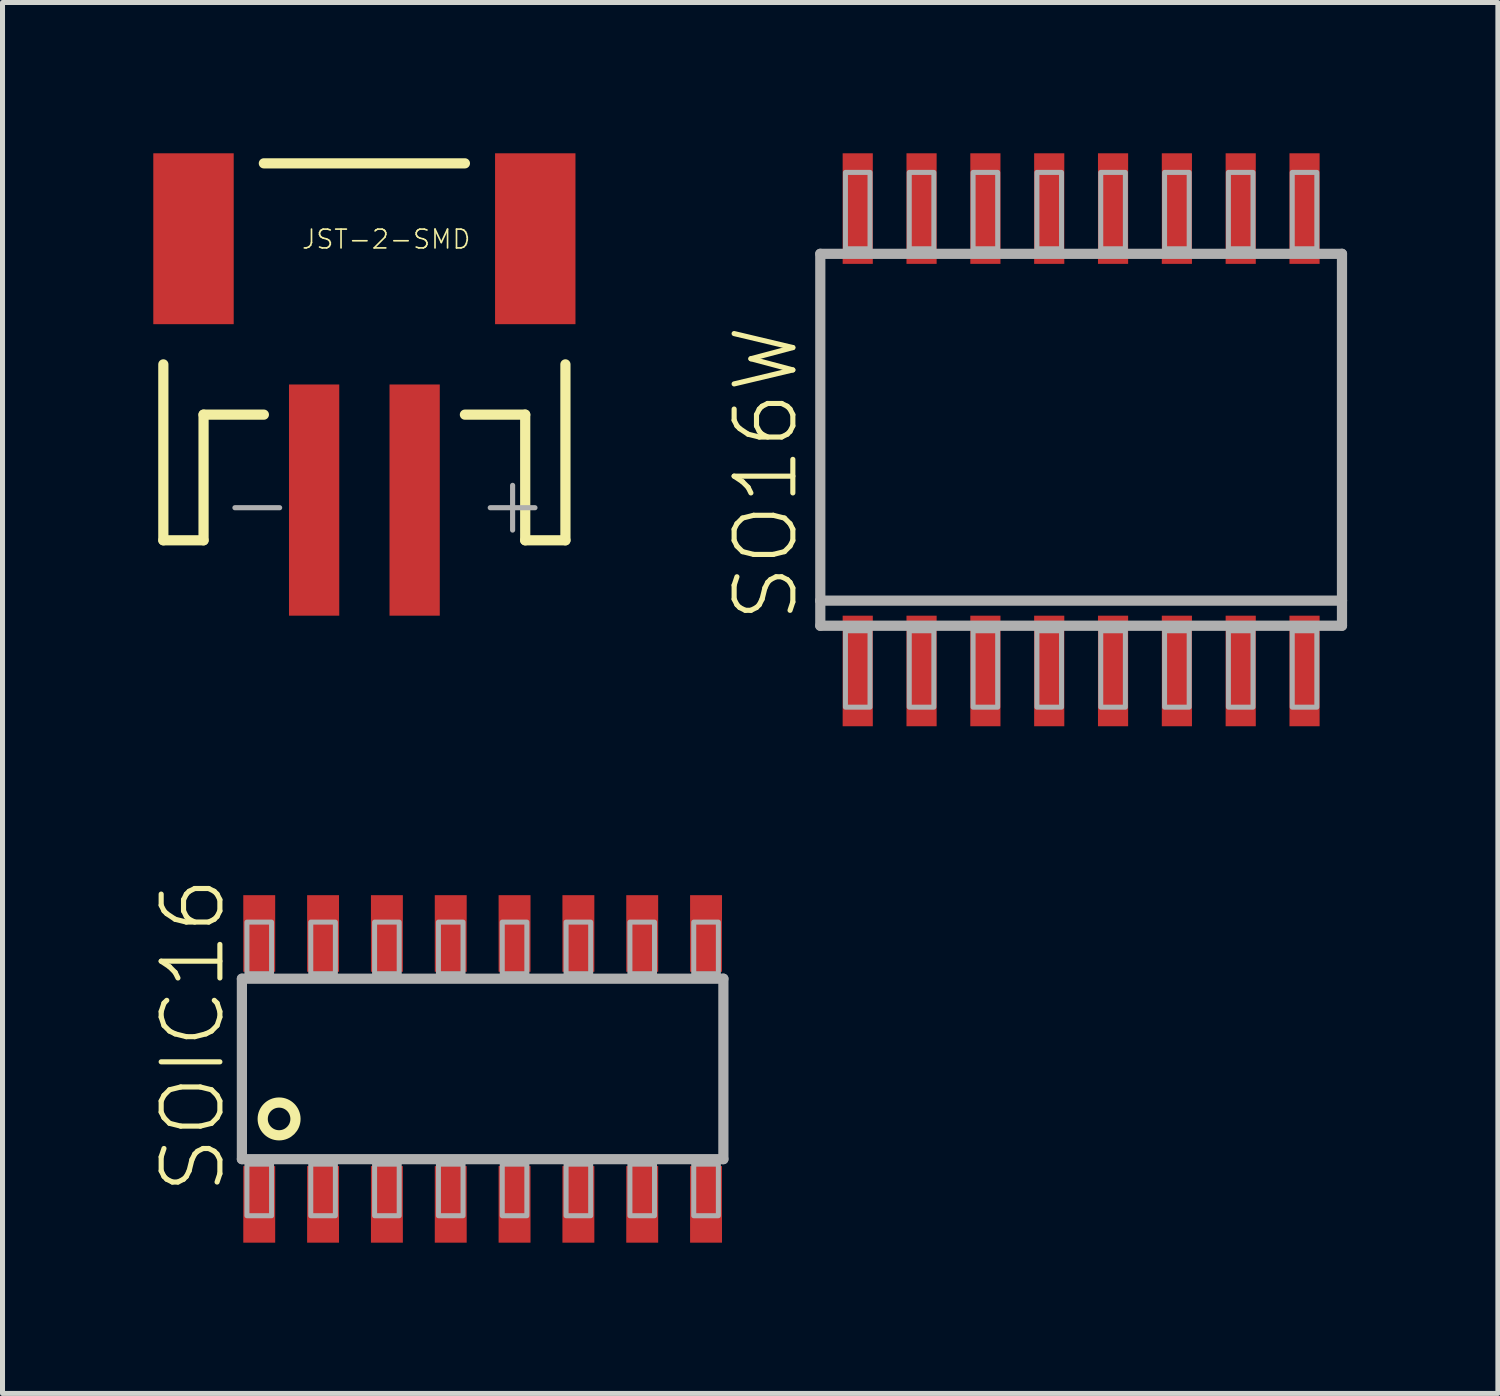
<source format=kicad_pcb>
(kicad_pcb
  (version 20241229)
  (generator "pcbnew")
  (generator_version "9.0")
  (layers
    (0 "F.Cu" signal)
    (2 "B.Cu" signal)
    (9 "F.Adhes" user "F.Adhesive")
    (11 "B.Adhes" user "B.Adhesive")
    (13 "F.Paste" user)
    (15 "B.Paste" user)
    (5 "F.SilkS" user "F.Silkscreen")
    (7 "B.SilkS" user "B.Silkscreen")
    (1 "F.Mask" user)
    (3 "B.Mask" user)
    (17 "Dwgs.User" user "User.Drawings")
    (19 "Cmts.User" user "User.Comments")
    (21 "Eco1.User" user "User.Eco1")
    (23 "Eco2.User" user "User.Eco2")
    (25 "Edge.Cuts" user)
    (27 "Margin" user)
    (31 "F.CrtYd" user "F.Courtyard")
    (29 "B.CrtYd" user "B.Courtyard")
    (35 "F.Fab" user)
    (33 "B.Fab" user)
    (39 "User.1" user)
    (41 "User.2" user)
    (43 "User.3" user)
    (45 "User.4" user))
  (footprint "SOIC16"
    (layer "F.Cu")
    (at 6.553 18.218)
    (property "Reference" "SOIC16" (at -5.08 2.54 90) (unlocked yes) (layer "F.SilkS") (effects (font (size 1.168 1.168) (thickness 0.102)) (justify left bottom)))
    (fp_circle (center -4.05 0.995) (end -3.724 0.995) (stroke (width 0.203) (type solid)) (fill no) (layer "F.SilkS"))
    (fp_line (start -4.79 -1.795) (end 4.79 -1.795) (stroke (width 0.203) (type solid)) (layer "F.Fab"))
    (fp_line (start -4.79 1.795) (end -4.79 -1.795) (stroke (width 0.203) (type solid)) (layer "F.Fab"))
    (fp_line (start 4.79 -1.795) (end 4.79 1.795) (stroke (width 0.203) (type solid)) (layer "F.Fab"))
    (fp_line (start 4.79 1.795) (end -4.79 1.795) (stroke (width 0.203) (type solid)) (layer "F.Fab"))
    (fp_poly (pts (xy -4.69 -1.895) (xy -4.2 -1.895) (xy -4.2 -2.921) (xy -4.69 -2.921)) (stroke (width 0.1) (type default)) (fill no) (layer "F.Fab"))
    (fp_poly (pts (xy -4.69 2.921) (xy -4.2 2.921) (xy -4.2 1.895) (xy -4.69 1.895)) (stroke (width 0.1) (type default)) (fill no) (layer "F.Fab"))
    (fp_poly (pts (xy -3.42 -1.895) (xy -2.93 -1.895) (xy -2.93 -2.921) (xy -3.42 -2.921)) (stroke (width 0.1) (type default)) (fill no) (layer "F.Fab"))
    (fp_poly (pts (xy -3.42 2.921) (xy -2.93 2.921) (xy -2.93 1.895) (xy -3.42 1.895)) (stroke (width 0.1) (type default)) (fill no) (layer "F.Fab"))
    (fp_poly (pts (xy -2.15 -1.895) (xy -1.66 -1.895) (xy -1.66 -2.921) (xy -2.15 -2.921)) (stroke (width 0.1) (type default)) (fill no) (layer "F.Fab"))
    (fp_poly (pts (xy -2.15 2.921) (xy -1.66 2.921) (xy -1.66 1.895) (xy -2.15 1.895)) (stroke (width 0.1) (type default)) (fill no) (layer "F.Fab"))
    (fp_poly (pts (xy -0.88 -1.895) (xy -0.39 -1.895) (xy -0.39 -2.921) (xy -0.88 -2.921)) (stroke (width 0.1) (type default)) (fill no) (layer "F.Fab"))
    (fp_poly (pts (xy -0.88 2.921) (xy -0.39 2.921) (xy -0.39 1.895) (xy -0.88 1.895)) (stroke (width 0.1) (type default)) (fill no) (layer "F.Fab"))
    (fp_poly (pts (xy 0.39 -1.895) (xy 0.88 -1.895) (xy 0.88 -2.921) (xy 0.39 -2.921)) (stroke (width 0.1) (type default)) (fill no) (layer "F.Fab"))
    (fp_poly (pts (xy 0.39 2.921) (xy 0.88 2.921) (xy 0.88 1.895) (xy 0.39 1.895)) (stroke (width 0.1) (type default)) (fill no) (layer "F.Fab"))
    (fp_poly (pts (xy 1.66 -1.895) (xy 2.15 -1.895) (xy 2.15 -2.921) (xy 1.66 -2.921)) (stroke (width 0.1) (type default)) (fill no) (layer "F.Fab"))
    (fp_poly (pts (xy 1.66 2.921) (xy 2.15 2.921) (xy 2.15 1.895) (xy 1.66 1.895)) (stroke (width 0.1) (type default)) (fill no) (layer "F.Fab"))
    (fp_poly (pts (xy 2.93 -1.895) (xy 3.42 -1.895) (xy 3.42 -2.921) (xy 2.93 -2.921)) (stroke (width 0.1) (type default)) (fill no) (layer "F.Fab"))
    (fp_poly (pts (xy 2.93 2.921) (xy 3.42 2.921) (xy 3.42 1.895) (xy 2.93 1.895)) (stroke (width 0.1) (type default)) (fill no) (layer "F.Fab"))
    (fp_poly (pts (xy 4.2 -1.895) (xy 4.69 -1.895) (xy 4.69 -2.921) (xy 4.2 -2.921)) (stroke (width 0.1) (type default)) (fill no) (layer "F.Fab"))
    (fp_poly (pts (xy 4.2 2.921) (xy 4.69 2.921) (xy 4.69 1.895) (xy 4.2 1.895)) (stroke (width 0.1) (type default)) (fill no) (layer "F.Fab"))
    (pad "1" smd rect (at -4.445 2.695) (size 0.635 1.524) (layers "F.Cu" "F.Mask" "F.Paste"))
    (pad "2" smd rect (at -3.175 2.695) (size 0.635 1.524) (layers "F.Cu" "F.Mask" "F.Paste"))
    (pad "3" smd rect (at -1.905 2.695) (size 0.635 1.524) (layers "F.Cu" "F.Mask" "F.Paste"))
    (pad "4" smd rect (at -0.635 2.695) (size 0.635 1.524) (layers "F.Cu" "F.Mask" "F.Paste"))
    (pad "5" smd rect (at 0.635 2.695) (size 0.635 1.524) (layers "F.Cu" "F.Mask" "F.Paste"))
    (pad "6" smd rect (at 1.905 2.695) (size 0.635 1.524) (layers "F.Cu" "F.Mask" "F.Paste"))
    (pad "7" smd rect (at 3.175 2.695) (size 0.635 1.524) (layers "F.Cu" "F.Mask" "F.Paste"))
    (pad "8" smd rect (at 4.445 2.695) (size 0.635 1.524) (layers "F.Cu" "F.Mask" "F.Paste"))
    (pad "9" smd rect (at 4.445 -2.695) (size 0.635 1.524) (layers "F.Cu" "F.Mask" "F.Paste"))
    (pad "10" smd rect (at 3.175 -2.695) (size 0.635 1.524) (layers "F.Cu" "F.Mask" "F.Paste"))
    (pad "11" smd rect (at 1.905 -2.695) (size 0.635 1.524) (layers "F.Cu" "F.Mask" "F.Paste"))
    (pad "12" smd rect (at 0.635 -2.695) (size 0.635 1.524) (layers "F.Cu" "F.Mask" "F.Paste"))
    (pad "13" smd rect (at -0.635 -2.695) (size 0.635 1.524) (layers "F.Cu" "F.Mask" "F.Paste"))
    (pad "14" smd rect (at -1.905 -2.695) (size 0.635 1.524) (layers "F.Cu" "F.Mask" "F.Paste"))
    (pad "15" smd rect (at -3.175 -2.695) (size 0.635 1.524) (layers "F.Cu" "F.Mask" "F.Paste"))
    (pad "16" smd rect (at -4.445 -2.695) (size 0.635 1.524) (layers "F.Cu" "F.Mask" "F.Paste")))
  (footprint "JST-2-SMD"
    (layer "F.Cu")
    (at 4.2 3.2)
    (property "Reference" "JST-2-SMD" (at -1.27 -1.27 0) (unlocked yes) (layer "F.SilkS") (effects (font (size 0.374 0.374) (thickness 0.033)) (justify left bottom)))
    (fp_line (start -4 1) (end -4 4.5) (stroke (width 0.203) (type solid)) (layer "F.SilkS"))
    (fp_line (start -4 4.5) (end -3.2 4.5) (stroke (width 0.203) (type solid)) (layer "F.SilkS"))
    (fp_line (start -3.2 2) (end -2 2) (stroke (width 0.203) (type solid)) (layer "F.SilkS"))
    (fp_line (start -3.2 4.5) (end -3.2 2) (stroke (width 0.203) (type solid)) (layer "F.SilkS"))
    (fp_line (start 2 -3) (end -2 -3) (stroke (width 0.203) (type solid)) (layer "F.SilkS"))
    (fp_line (start 2 2) (end 3.2 2) (stroke (width 0.203) (type solid)) (layer "F.SilkS"))
    (fp_line (start 3.2 2) (end 3.2 4.5) (stroke (width 0.203) (type solid)) (layer "F.SilkS"))
    (fp_line (start 3.2 4.5) (end 4 4.5) (stroke (width 0.203) (type solid)) (layer "F.SilkS"))
    (fp_line (start 4 4.5) (end 4 1) (stroke (width 0.203) (type solid)) (layer "F.SilkS"))
    (fp_text user "+" (at 2.159 4.445 0) (unlocked yes) (layer "F.Fab") (effects (font (size 1.168 1.168) (thickness 0.102)) (justify left bottom)))
    (fp_text user "-" (at -2.921 4.445 0) (unlocked yes) (layer "F.Fab") (effects (font (size 1.168 1.168) (thickness 0.102)) (justify left bottom)))
    (pad "1" smd rect (at -1 3.7) (size 1 4.6) (layers "F.Cu" "F.Mask" "F.Paste"))
    (pad "2" smd rect (at 1 3.7) (size 1 4.6) (layers "F.Cu" "F.Mask" "F.Paste"))
    (pad "NC1" smd rect (at -3.4 -1.5 90) (size 3.4 1.6) (layers "F.Cu" "F.Mask" "F.Paste"))
    (pad "NC2" smd rect (at 3.4 -1.5 90) (size 3.4 1.6) (layers "F.Cu" "F.Mask" "F.Paste")))
  (footprint "SO16W"
    (layer "F.Cu")
    (at 18.461 5.7)
    (property "Reference" "SO16W" (at -5.588 3.683 90) (unlocked yes) (layer "F.SilkS") (effects (font (size 1.168 1.168) (thickness 0.102)) (justify left bottom)))
    (fp_line (start -5.19 -3.7) (end 5.19 -3.7) (stroke (width 0.203) (type solid)) (layer "F.Fab"))
    (fp_line (start -5.19 3.2) (end -5.19 -3.7) (stroke (width 0.203) (type solid)) (layer "F.Fab"))
    (fp_line (start -5.19 3.7) (end -5.19 3.2) (stroke (width 0.203) (type solid)) (layer "F.Fab"))
    (fp_line (start 5.19 -3.7) (end 5.19 3.2) (stroke (width 0.203) (type solid)) (layer "F.Fab"))
    (fp_line (start 5.19 3.2) (end -5.19 3.2) (stroke (width 0.203) (type solid)) (layer "F.Fab"))
    (fp_line (start 5.19 3.2) (end 5.19 3.7) (stroke (width 0.203) (type solid)) (layer "F.Fab"))
    (fp_line (start 5.19 3.7) (end -5.19 3.7) (stroke (width 0.203) (type solid)) (layer "F.Fab"))
    (fp_poly (pts (xy -4.69 -3.8) (xy -4.2 -3.8) (xy -4.2 -5.32) (xy -4.69 -5.32)) (stroke (width 0.1) (type default)) (fill no) (layer "F.Fab"))
    (fp_poly (pts (xy -4.69 5.32) (xy -4.2 5.32) (xy -4.2 3.8) (xy -4.69 3.8)) (stroke (width 0.1) (type default)) (fill no) (layer "F.Fab"))
    (fp_poly (pts (xy -3.42 -3.8) (xy -2.93 -3.8) (xy -2.93 -5.32) (xy -3.42 -5.32)) (stroke (width 0.1) (type default)) (fill no) (layer "F.Fab"))
    (fp_poly (pts (xy -3.42 5.32) (xy -2.93 5.32) (xy -2.93 3.8) (xy -3.42 3.8)) (stroke (width 0.1) (type default)) (fill no) (layer "F.Fab"))
    (fp_poly (pts (xy -2.15 -3.8) (xy -1.66 -3.8) (xy -1.66 -5.32) (xy -2.15 -5.32)) (stroke (width 0.1) (type default)) (fill no) (layer "F.Fab"))
    (fp_poly (pts (xy -2.15 5.32) (xy -1.66 5.32) (xy -1.66 3.8) (xy -2.15 3.8)) (stroke (width 0.1) (type default)) (fill no) (layer "F.Fab"))
    (fp_poly (pts (xy -0.88 -3.8) (xy -0.39 -3.8) (xy -0.39 -5.32) (xy -0.88 -5.32)) (stroke (width 0.1) (type default)) (fill no) (layer "F.Fab"))
    (fp_poly (pts (xy -0.88 5.32) (xy -0.39 5.32) (xy -0.39 3.8) (xy -0.88 3.8)) (stroke (width 0.1) (type default)) (fill no) (layer "F.Fab"))
    (fp_poly (pts (xy 0.39 -3.8) (xy 0.88 -3.8) (xy 0.88 -5.32) (xy 0.39 -5.32)) (stroke (width 0.1) (type default)) (fill no) (layer "F.Fab"))
    (fp_poly (pts (xy 0.39 5.32) (xy 0.88 5.32) (xy 0.88 3.8) (xy 0.39 3.8)) (stroke (width 0.1) (type default)) (fill no) (layer "F.Fab"))
    (fp_poly (pts (xy 1.66 -3.8) (xy 2.15 -3.8) (xy 2.15 -5.32) (xy 1.66 -5.32)) (stroke (width 0.1) (type default)) (fill no) (layer "F.Fab"))
    (fp_poly (pts (xy 1.66 5.32) (xy 2.15 5.32) (xy 2.15 3.8) (xy 1.66 3.8)) (stroke (width 0.1) (type default)) (fill no) (layer "F.Fab"))
    (fp_poly (pts (xy 2.93 -3.8) (xy 3.42 -3.8) (xy 3.42 -5.32) (xy 2.93 -5.32)) (stroke (width 0.1) (type default)) (fill no) (layer "F.Fab"))
    (fp_poly (pts (xy 2.93 5.32) (xy 3.42 5.32) (xy 3.42 3.8) (xy 2.93 3.8)) (stroke (width 0.1) (type default)) (fill no) (layer "F.Fab"))
    (fp_poly (pts (xy 4.2 -3.8) (xy 4.69 -3.8) (xy 4.69 -5.32) (xy 4.2 -5.32)) (stroke (width 0.1) (type default)) (fill no) (layer "F.Fab"))
    (fp_poly (pts (xy 4.2 5.32) (xy 4.69 5.32) (xy 4.69 3.8) (xy 4.2 3.8)) (stroke (width 0.1) (type default)) (fill no) (layer "F.Fab"))
    (pad "1" smd rect (at -4.445 4.6) (size 0.6 2.2) (layers "F.Cu" "F.Mask" "F.Paste"))
    (pad "2" smd rect (at -3.175 4.6) (size 0.6 2.2) (layers "F.Cu" "F.Mask" "F.Paste"))
    (pad "3" smd rect (at -1.905 4.6) (size 0.6 2.2) (layers "F.Cu" "F.Mask" "F.Paste"))
    (pad "4" smd rect (at -0.635 4.6) (size 0.6 2.2) (layers "F.Cu" "F.Mask" "F.Paste"))
    (pad "5" smd rect (at 0.635 4.6) (size 0.6 2.2) (layers "F.Cu" "F.Mask" "F.Paste"))
    (pad "6" smd rect (at 1.905 4.6) (size 0.6 2.2) (layers "F.Cu" "F.Mask" "F.Paste"))
    (pad "7" smd rect (at 3.175 4.6) (size 0.6 2.2) (layers "F.Cu" "F.Mask" "F.Paste"))
    (pad "8" smd rect (at 4.445 4.6) (size 0.6 2.2) (layers "F.Cu" "F.Mask" "F.Paste"))
    (pad "9" smd rect (at 4.445 -4.6) (size 0.6 2.2) (layers "F.Cu" "F.Mask" "F.Paste"))
    (pad "10" smd rect (at 3.175 -4.6) (size 0.6 2.2) (layers "F.Cu" "F.Mask" "F.Paste"))
    (pad "11" smd rect (at 1.905 -4.6) (size 0.6 2.2) (layers "F.Cu" "F.Mask" "F.Paste"))
    (pad "12" smd rect (at 0.635 -4.6) (size 0.6 2.2) (layers "F.Cu" "F.Mask" "F.Paste"))
    (pad "13" smd rect (at -0.635 -4.6) (size 0.6 2.2) (layers "F.Cu" "F.Mask" "F.Paste"))
    (pad "14" smd rect (at -1.905 -4.6) (size 0.6 2.2) (layers "F.Cu" "F.Mask" "F.Paste"))
    (pad "15" smd rect (at -3.175 -4.6) (size 0.6 2.2) (layers "F.Cu" "F.Mask" "F.Paste"))
    (pad "16" smd rect (at -4.445 -4.6) (size 0.6 2.2) (layers "F.Cu" "F.Mask" "F.Paste")))
  (gr_rect
    (start -3 -3)
    (end 26.753 24.675)
    (stroke (width 0.1) (type default))
    (fill no)
    (layer "Edge.Cuts")))
</source>
